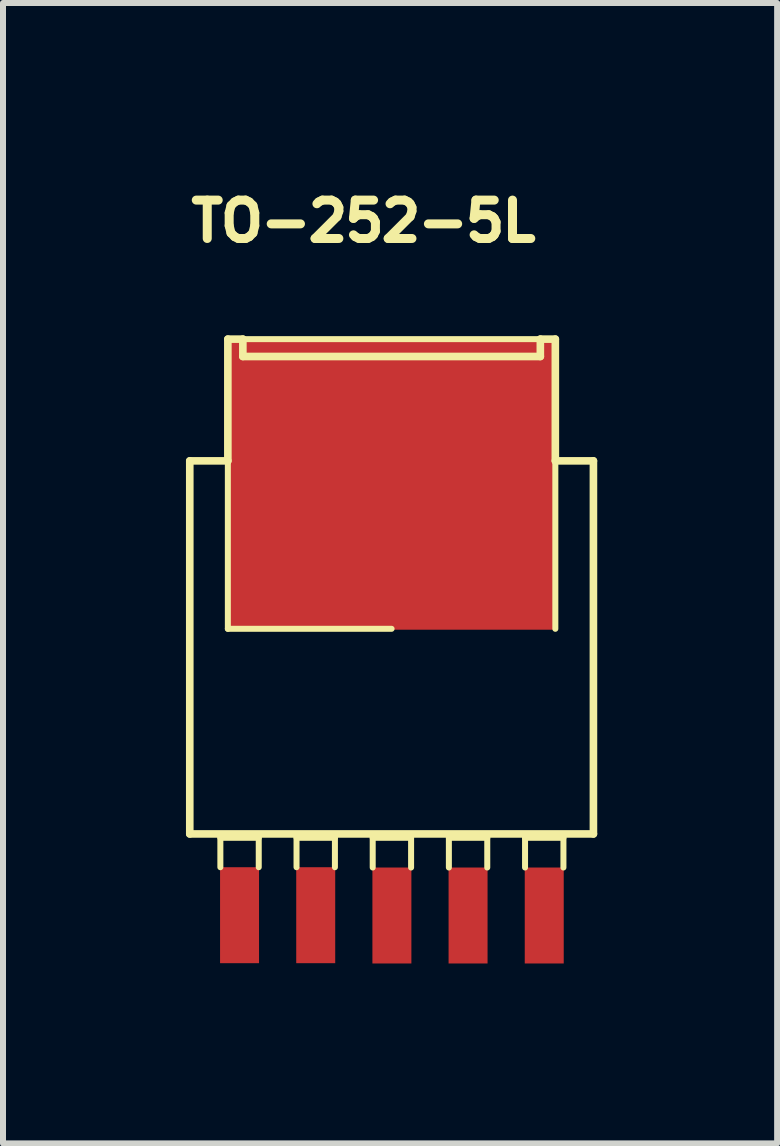
<source format=kicad_pcb>
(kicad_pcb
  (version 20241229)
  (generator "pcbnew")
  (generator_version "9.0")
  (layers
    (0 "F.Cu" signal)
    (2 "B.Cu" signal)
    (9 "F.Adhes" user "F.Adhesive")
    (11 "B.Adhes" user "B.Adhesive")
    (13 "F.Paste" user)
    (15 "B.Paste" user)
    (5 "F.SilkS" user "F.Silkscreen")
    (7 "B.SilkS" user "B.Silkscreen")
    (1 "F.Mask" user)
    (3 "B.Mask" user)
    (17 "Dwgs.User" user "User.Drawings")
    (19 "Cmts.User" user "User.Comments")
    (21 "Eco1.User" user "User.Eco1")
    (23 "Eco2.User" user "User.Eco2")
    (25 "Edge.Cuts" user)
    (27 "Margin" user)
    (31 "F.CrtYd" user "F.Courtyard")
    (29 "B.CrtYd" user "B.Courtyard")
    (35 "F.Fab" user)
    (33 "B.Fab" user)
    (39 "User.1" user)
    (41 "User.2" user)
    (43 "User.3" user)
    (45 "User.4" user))
  (footprint "TO-252-5L"
    (layer "F.Cu")
    (at 3.479 7.744)
    (property "Reference" "TO-252-5L" (at -0.468 -7.106 0) (layer "F.SilkS") (effects (font (size 0.64 0.64) (thickness 0.15))))
    (attr smd)
    (fp_line (start -3.365 -3.11) (end -3.365 3.11) (stroke (width 0.127) (type solid)) (layer "F.SilkS"))
    (fp_line (start -3.365 3.11) (end 3.365 3.11) (stroke (width 0.127) (type solid)) (layer "F.SilkS"))
    (fp_line (start -2.855 3.175) (end -2.215 3.175) (stroke (width 0.1) (type solid)) (layer "F.SilkS"))
    (fp_line (start -2.855 3.665) (end -2.855 3.175) (stroke (width 0.1) (type solid)) (layer "F.SilkS"))
    (fp_line (start -2.73 -5.14) (end -2.73 -3.11) (stroke (width 0.127) (type solid)) (layer "F.SilkS"))
    (fp_line (start -2.73 -3.11) (end -3.365 -3.11) (stroke (width 0.127) (type solid)) (layer "F.SilkS"))
    (fp_line (start -2.73 -0.31) (end -2.73 -3.11) (stroke (width 0.1) (type solid)) (layer "F.SilkS"))
    (fp_line (start -2.48 -5.14) (end -2.73 -5.14) (stroke (width 0.127) (type solid)) (layer "F.SilkS"))
    (fp_line (start -2.48 -4.85) (end -2.48 -5.14) (stroke (width 0.127) (type solid)) (layer "F.SilkS"))
    (fp_line (start -2.48 -4.85) (end 2.48 -4.85) (stroke (width 0.127) (type solid)) (layer "F.SilkS"))
    (fp_line (start -2.215 3.175) (end -2.215 3.665) (stroke (width 0.1) (type solid)) (layer "F.SilkS"))
    (fp_line (start -1.585 3.175) (end -0.945 3.175) (stroke (width 0.1) (type solid)) (layer "F.SilkS"))
    (fp_line (start -1.585 3.665) (end -1.585 3.175) (stroke (width 0.1) (type solid)) (layer "F.SilkS"))
    (fp_line (start -0.945 3.175) (end -0.945 3.665) (stroke (width 0.1) (type solid)) (layer "F.SilkS"))
    (fp_line (start -0.315 3.175) (end 0.325 3.175) (stroke (width 0.1) (type solid)) (layer "F.SilkS"))
    (fp_line (start -0.315 3.67) (end -0.315 3.175) (stroke (width 0.1) (type solid)) (layer "F.SilkS"))
    (fp_line (start 0 -0.31) (end -2.73 -0.31) (stroke (width 0.1) (type solid)) (layer "F.SilkS"))
    (fp_line (start 0.325 3.175) (end 0.325 3.67) (stroke (width 0.1) (type solid)) (layer "F.SilkS"))
    (fp_line (start 0.955 3.175) (end 1.595 3.175) (stroke (width 0.1) (type solid)) (layer "F.SilkS"))
    (fp_line (start 0.955 3.67) (end 0.955 3.175) (stroke (width 0.1) (type solid)) (layer "F.SilkS"))
    (fp_line (start 1.595 3.175) (end 1.595 3.67) (stroke (width 0.1) (type solid)) (layer "F.SilkS"))
    (fp_line (start 2.225 3.175) (end 2.865 3.175) (stroke (width 0.1) (type solid)) (layer "F.SilkS"))
    (fp_line (start 2.225 3.67) (end 2.225 3.175) (stroke (width 0.1) (type solid)) (layer "F.SilkS"))
    (fp_line (start 2.48 -5.14) (end -2.48 -5.14) (stroke (width 0.1) (type solid)) (layer "F.SilkS"))
    (fp_line (start 2.48 -5.14) (end 2.48 -4.85) (stroke (width 0.127) (type solid)) (layer "F.SilkS"))
    (fp_line (start 2.73 -5.14) (end 2.48 -5.14) (stroke (width 0.127) (type solid)) (layer "F.SilkS"))
    (fp_line (start 2.73 -3.11) (end 2.73 -5.14) (stroke (width 0.127) (type solid)) (layer "F.SilkS"))
    (fp_line (start 2.73 -0.31) (end 2.73 -3.11) (stroke (width 0.1) (type solid)) (layer "F.SilkS"))
    (fp_line (start 2.865 3.175) (end 2.865 3.67) (stroke (width 0.1) (type solid)) (layer "F.SilkS"))
    (fp_line (start 3.365 -3.11) (end 2.73 -3.11) (stroke (width 0.127) (type solid)) (layer "F.SilkS"))
    (fp_line (start 3.365 3.11) (end 3.365 -3.11) (stroke (width 0.127) (type solid)) (layer "F.SilkS"))
    (pad "1" smd rect (at -2.535 4.465) (size 0.65 1.6) (layers "F.Cu" "F.Mask" "F.Paste"))
    (pad "2" smd rect (at -1.265 4.465) (size 0.65 1.6) (layers "F.Cu" "F.Mask" "F.Paste"))
    (pad "3" smd rect (at 0.005 4.47) (size 0.65 1.6) (layers "F.Cu" "F.Mask" "F.Paste"))
    (pad "4" smd rect (at 1.275 4.47) (size 0.65 1.6) (layers "F.Cu" "F.Mask" "F.Paste"))
    (pad "5" smd rect (at 2.545 4.47) (size 0.65 1.6) (layers "F.Cu" "F.Mask" "F.Paste"))
    (pad "6/GND" smd rect (at 0 -2.715) (size 5.42 4.84) (layers "F.Cu" "F.Mask" "F.Paste")))
  (gr_rect
    (start -3 -3)
    (end 9.907 16.014)
    (stroke (width 0.1) (type default))
    (fill no)
    (layer "Edge.Cuts")))
</source>
